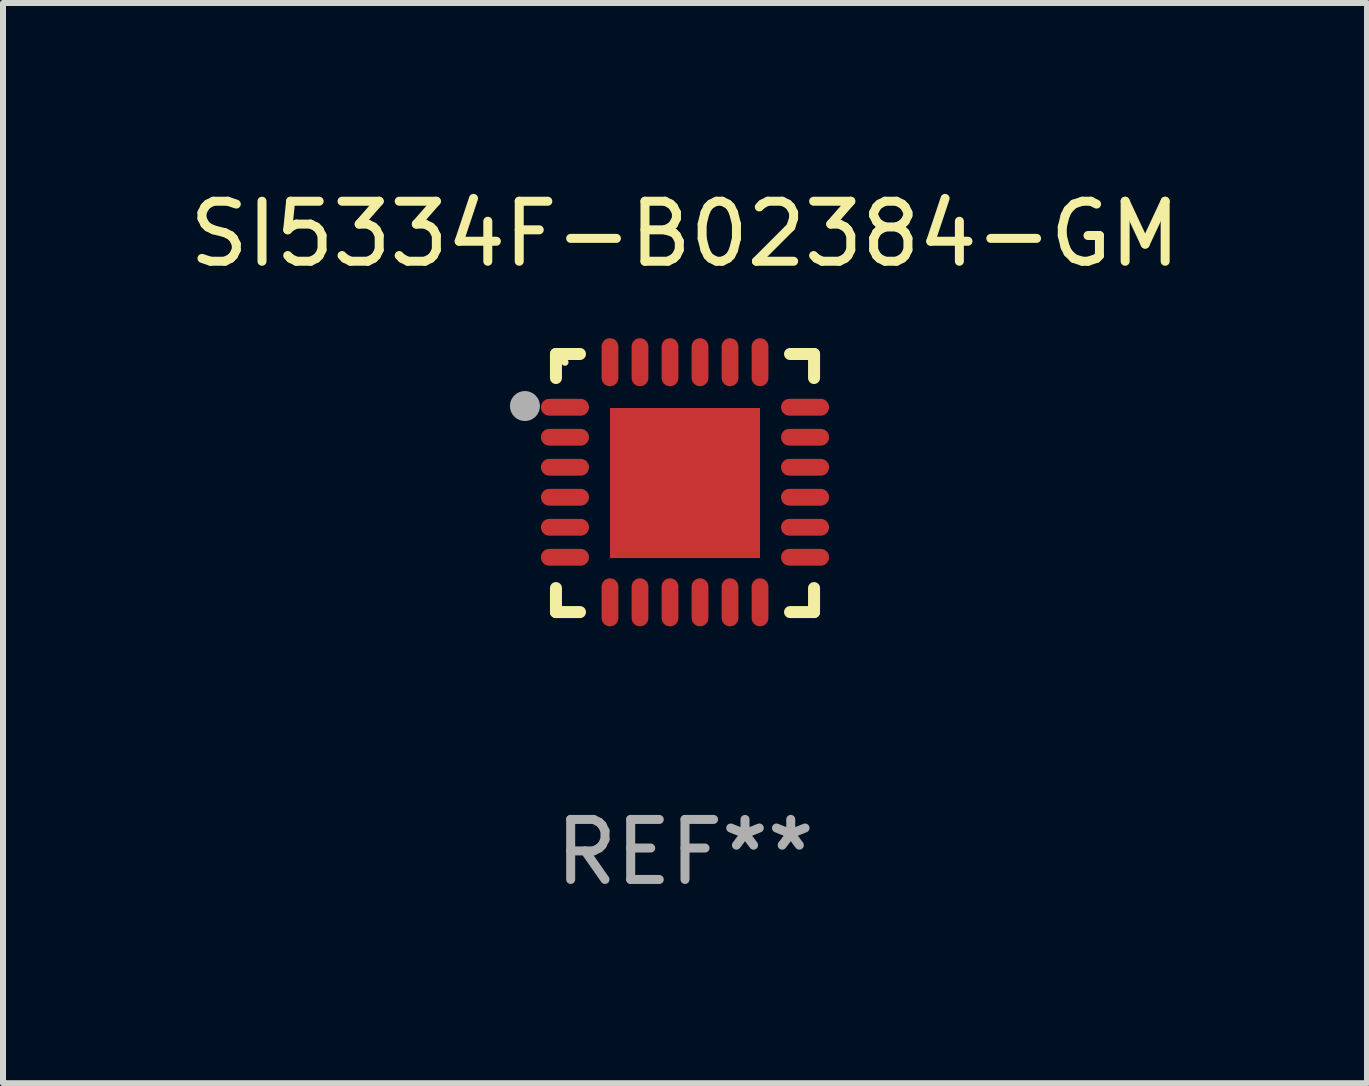
<source format=kicad_pcb>
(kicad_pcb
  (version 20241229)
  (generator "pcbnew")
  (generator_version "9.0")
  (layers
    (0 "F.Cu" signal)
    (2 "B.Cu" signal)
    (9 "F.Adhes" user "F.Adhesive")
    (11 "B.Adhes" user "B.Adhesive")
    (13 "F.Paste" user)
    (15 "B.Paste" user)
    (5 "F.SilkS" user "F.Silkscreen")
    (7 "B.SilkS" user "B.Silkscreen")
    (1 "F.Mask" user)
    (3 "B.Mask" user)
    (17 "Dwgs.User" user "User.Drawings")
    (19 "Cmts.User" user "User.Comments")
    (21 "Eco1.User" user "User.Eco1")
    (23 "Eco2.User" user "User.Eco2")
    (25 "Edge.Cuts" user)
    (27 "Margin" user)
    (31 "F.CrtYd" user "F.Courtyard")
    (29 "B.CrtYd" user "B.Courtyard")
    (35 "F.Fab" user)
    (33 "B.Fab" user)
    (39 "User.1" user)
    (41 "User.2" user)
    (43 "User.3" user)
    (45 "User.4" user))
  (footprint "SI5334F-B02384-GM"
    (layer "F.Cu")
    (at 8.363 4.998)
    (property "Reference" "SI5334F-B02384-GM" (at 0 -4.15 0) (layer "F.SilkS") (effects (font (size 1 1) (thickness 0.15))))
    (attr through_hole)
    (fp_line (start -2.15 -2.15) (end -1.75 -2.15) (stroke (width 0.2) (type solid)) (layer "F.SilkS"))
    (fp_line (start -2.15 -1.75) (end -2.15 -2.15) (stroke (width 0.2) (type solid)) (layer "F.SilkS"))
    (fp_line (start -2.15 2.15) (end -2.15 1.75) (stroke (width 0.2) (type solid)) (layer "F.SilkS"))
    (fp_line (start -1.75 2.15) (end -2.15 2.15) (stroke (width 0.2) (type solid)) (layer "F.SilkS"))
    (fp_line (start 1.75 -2.15) (end 2.15 -2.15) (stroke (width 0.2) (type solid)) (layer "F.SilkS"))
    (fp_line (start 1.75 2.15) (end 2.15 2.15) (stroke (width 0.2) (type solid)) (layer "F.SilkS"))
    (fp_line (start 2.15 -2.15) (end 2.15 -1.75) (stroke (width 0.2) (type solid)) (layer "F.SilkS"))
    (fp_line (start 2.15 2.15) (end 2.15 1.75) (stroke (width 0.2) (type solid)) (layer "F.SilkS"))
    (fp_circle (center -2 -2.013) (end -1.97 -2.013) (stroke (width 0.06) (type solid)) (fill no) (layer "F.SilkS"))
    (fp_circle (center -2.667 -1.283) (end -2.542 -1.283) (stroke (width 0.25) (type solid)) (fill no) (layer "F.Fab"))
    (fp_text user "REF**" (at 0 6.15 0) (layer "F.Fab") (effects (font (size 1 1) (thickness 0.15))))
    (pad "1" smd oval (at -2 -1.263) (size 0.8 0.28) (layers "F.Cu" "F.Mask" "F.Paste"))
    (pad "2" smd oval (at -2 -0.763) (size 0.8 0.28) (layers "F.Cu" "F.Mask" "F.Paste"))
    (pad "3" smd oval (at -2 -0.263) (size 0.8 0.28) (layers "F.Cu" "F.Mask" "F.Paste"))
    (pad "4" smd oval (at -2 0.237) (size 0.8 0.28) (layers "F.Cu" "F.Mask" "F.Paste"))
    (pad "5" smd oval (at -2 0.737) (size 0.8 0.28) (layers "F.Cu" "F.Mask" "F.Paste"))
    (pad "6" smd oval (at -2 1.237) (size 0.8 0.28) (layers "F.Cu" "F.Mask" "F.Paste"))
    (pad "7" smd oval (at -1.25 1.987) (size 0.28 0.8) (layers "F.Cu" "F.Mask" "F.Paste"))
    (pad "8" smd oval (at -0.75 1.987) (size 0.28 0.8) (layers "F.Cu" "F.Mask" "F.Paste"))
    (pad "9" smd oval (at -0.25 1.987) (size 0.28 0.8) (layers "F.Cu" "F.Mask" "F.Paste"))
    (pad "10" smd oval (at 0.25 1.987) (size 0.28 0.8) (layers "F.Cu" "F.Mask" "F.Paste"))
    (pad "11" smd oval (at 0.75 1.987) (size 0.28 0.8) (layers "F.Cu" "F.Mask" "F.Paste"))
    (pad "12" smd oval (at 1.25 1.987) (size 0.28 0.8) (layers "F.Cu" "F.Mask" "F.Paste"))
    (pad "13" smd oval (at 2 1.237) (size 0.8 0.28) (layers "F.Cu" "F.Mask" "F.Paste"))
    (pad "14" smd oval (at 2 0.737) (size 0.8 0.28) (layers "F.Cu" "F.Mask" "F.Paste"))
    (pad "15" smd oval (at 2 0.237) (size 0.8 0.28) (layers "F.Cu" "F.Mask" "F.Paste"))
    (pad "16" smd oval (at 2 -0.263) (size 0.8 0.28) (layers "F.Cu" "F.Mask" "F.Paste"))
    (pad "17" smd oval (at 2 -0.763) (size 0.8 0.28) (layers "F.Cu" "F.Mask" "F.Paste"))
    (pad "18" smd oval (at 2 -1.263) (size 0.8 0.28) (layers "F.Cu" "F.Mask" "F.Paste"))
    (pad "19" smd oval (at 1.25 -2.013) (size 0.28 0.8) (layers "F.Cu" "F.Mask" "F.Paste"))
    (pad "20" smd oval (at 0.75 -2.013) (size 0.28 0.8) (layers "F.Cu" "F.Mask" "F.Paste"))
    (pad "21" smd oval (at 0.25 -2.013) (size 0.28 0.8) (layers "F.Cu" "F.Mask" "F.Paste"))
    (pad "22" smd oval (at -0.25 -2.013) (size 0.28 0.8) (layers "F.Cu" "F.Mask" "F.Paste"))
    (pad "23" smd oval (at -0.75 -2.013) (size 0.28 0.8) (layers "F.Cu" "F.Mask" "F.Paste"))
    (pad "24" smd oval (at -1.25 -2.013) (size 0.28 0.8) (layers "F.Cu" "F.Mask" "F.Paste"))
    (pad "25" smd rect (at -0.000127 -0.00014) (size 2.5 2.5) (layers "F.Cu" "F.Mask" "F.Paste")))
  (gr_rect
    (start -3 -3)
    (end 19.726 14.997)
    (stroke (width 0.1) (type default))
    (fill no)
    (layer "Edge.Cuts")))
</source>
